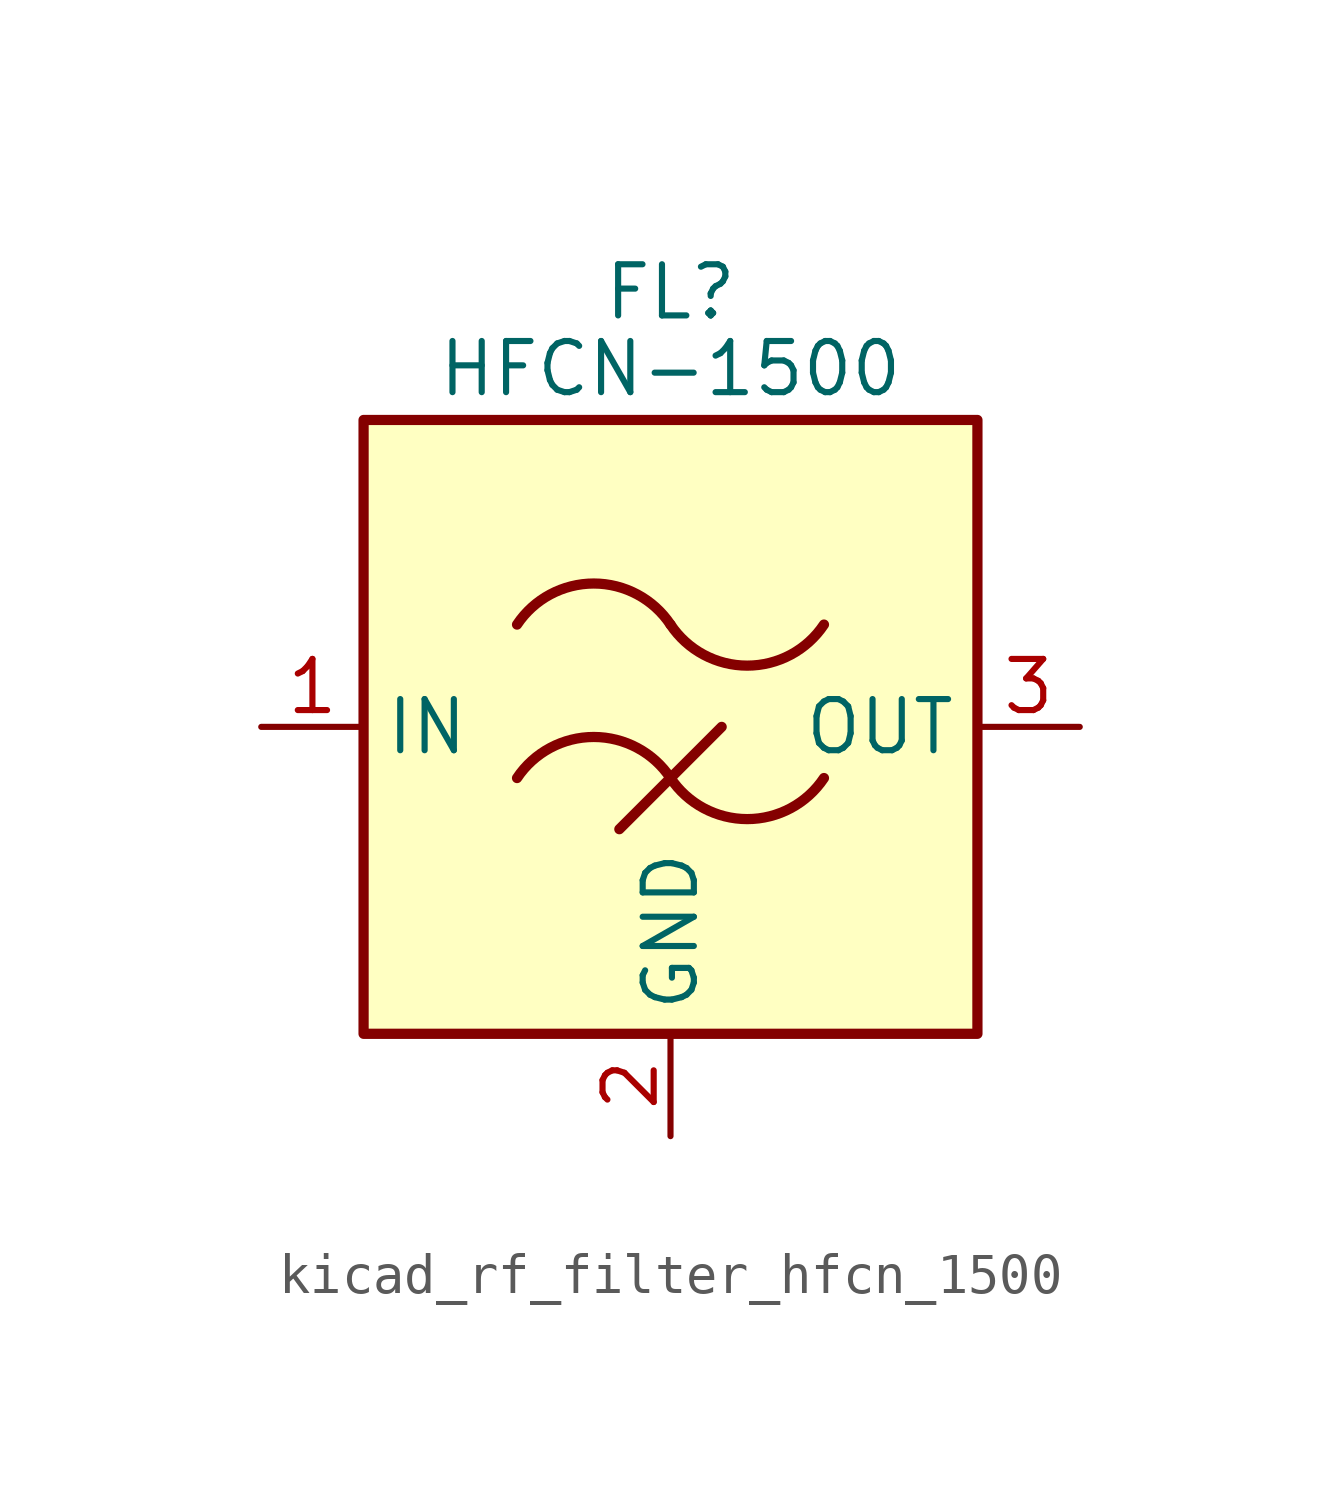
<source format=kicad_sym>
(kicad_symbol_lib
  (version 20220914)
  (generator kicad_symbol_editor)
  (symbol "kicad_rf_filter_hfcn_1500"
    (property "Reference" "FL"
      (at 0 10.795 0)
      (effects (font (size 1.27 1.27))))
    (property "Value" "HFCN-1500"
      (at 0 8.89 0)
      (effects (font (size 1.27 1.27))))
    (symbol "kicad_rf_filter_hfcn_1500_0_1"
      (rectangle (start -7.62 7.62) (end 7.62 -7.62) (stroke (width 0.254) (type default)) (fill (type background)))
      (arc (start 0 -1.27) (mid -1.905 -0.2505) (end -3.81 -1.27) (stroke (width 0.254) (type default)) (fill (type none)))
      (arc (start 0 -1.27) (mid 1.905 -2.2895) (end 3.81 -1.27) (stroke (width 0.254) (type default)) (fill (type none)))
      (polyline (pts (xy -1.27 -2.54) (xy 1.27 0)) (stroke (width 0.254) (type default)) (fill (type none)))
      (arc (start 0 2.54) (mid -1.905 3.5595) (end -3.81 2.54) (stroke (width 0.254) (type default)) (fill (type none)))
      (arc (start 0 2.54) (mid 1.905 1.5205) (end 3.81 2.54) (stroke (width 0.254) (type default)) (fill (type none))))
    (symbol "kicad_rf_filter_hfcn_1500_1_1"
      (pin passive line (at -10.16 0 0) (length 2.54) (name "IN" (effects (font (size 1.27 1.27)))) (number "1" (effects (font (size 1.27 1.27)))))
      (pin passive line (at 0 -10.16 90) (length 2.54) (name "GND" (effects (font (size 1.27 1.27)))) (number "2" (effects (font (size 1.27 1.27)))))
      (pin passive line (at 10.16 0 180) (length 2.54) (name "OUT" (effects (font (size 1.27 1.27)))) (number "3" (effects (font (size 1.27 1.27)))))
      (pin passive line (at 0 -10.16 90) (length 2.54) hide (name "GND" (effects (font (size 1.27 1.27)))) (number "4" (effects (font (size 1.27 1.27))))))))
</source>
